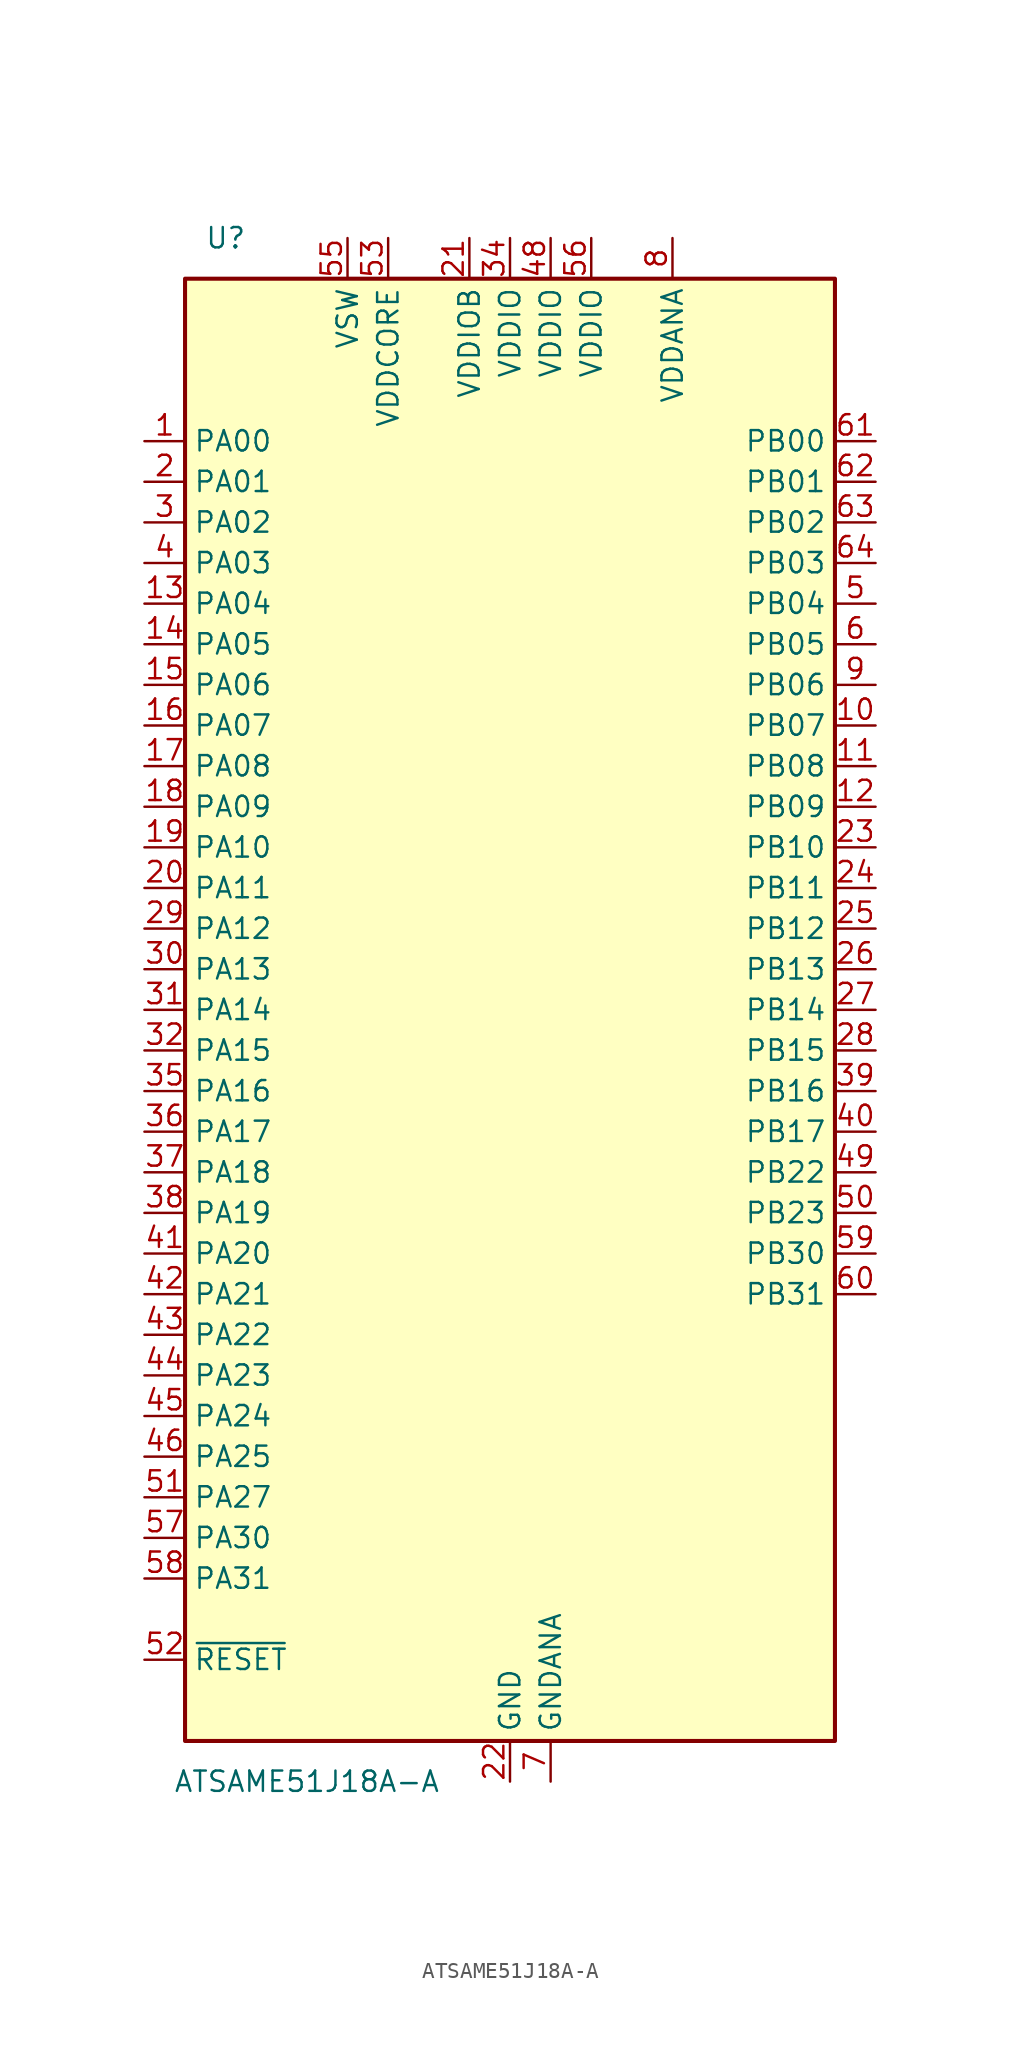
<source format=kicad_sym>
(kicad_symbol_lib
  (version 20241209)
  (generator "kicad_symbol_editor")
  (generator_version "9.0")
  (symbol "ATSAME51J18A-A"
    (property "Reference" "U"
      (at -17.78 48.26 0)
      (effects (font (size 1.27 1.27))))
    (property "Value" "ATSAME51J18A-A"
      (at -12.7 -48.26 0)
      (effects (font (size 1.27 1.27))))
    (symbol "ATSAME51J18A-A_0_1"
      (rectangle (start -20.32 45.72) (end 20.32 -45.72) (stroke (width 0.254) (type default)) (fill (type background))))
    (symbol "ATSAME51J18A-A_1_0"
      (pin bidirectional line (at 22.86 27.94 180) (length 2.54) (name "PB03" (effects (font (size 1.27 1.27)))) (number "64" (effects (font (size 1.27 1.27))))))
    (symbol "ATSAME51J18A-A_1_1"
      (pin bidirectional line (at -22.86 35.56 0) (length 2.54) (name "PA00" (effects (font (size 1.27 1.27)))) (number "1" (effects (font (size 1.27 1.27)))))
      (pin bidirectional line (at -22.86 33.02 0) (length 2.54) (name "PA01" (effects (font (size 1.27 1.27)))) (number "2" (effects (font (size 1.27 1.27)))))
      (pin bidirectional line (at -22.86 30.48 0) (length 2.54) (name "PA02" (effects (font (size 1.27 1.27)))) (number "3" (effects (font (size 1.27 1.27)))))
      (pin bidirectional line (at -22.86 27.94 0) (length 2.54) (name "PA03" (effects (font (size 1.27 1.27)))) (number "4" (effects (font (size 1.27 1.27)))))
      (pin bidirectional line (at -22.86 25.4 0) (length 2.54) (name "PA04" (effects (font (size 1.27 1.27)))) (number "13" (effects (font (size 1.27 1.27)))))
      (pin bidirectional line (at -22.86 22.86 0) (length 2.54) (name "PA05" (effects (font (size 1.27 1.27)))) (number "14" (effects (font (size 1.27 1.27)))))
      (pin bidirectional line (at -22.86 20.32 0) (length 2.54) (name "PA06" (effects (font (size 1.27 1.27)))) (number "15" (effects (font (size 1.27 1.27)))))
      (pin bidirectional line (at -22.86 17.78 0) (length 2.54) (name "PA07" (effects (font (size 1.27 1.27)))) (number "16" (effects (font (size 1.27 1.27)))))
      (pin bidirectional line (at -22.86 15.24 0) (length 2.54) (name "PA08" (effects (font (size 1.27 1.27)))) (number "17" (effects (font (size 1.27 1.27)))))
      (pin bidirectional line (at -22.86 12.7 0) (length 2.54) (name "PA09" (effects (font (size 1.27 1.27)))) (number "18" (effects (font (size 1.27 1.27)))))
      (pin bidirectional line (at -22.86 10.16 0) (length 2.54) (name "PA10" (effects (font (size 1.27 1.27)))) (number "19" (effects (font (size 1.27 1.27)))))
      (pin bidirectional line (at -22.86 7.62 0) (length 2.54) (name "PA11" (effects (font (size 1.27 1.27)))) (number "20" (effects (font (size 1.27 1.27)))))
      (pin bidirectional line (at -22.86 5.08 0) (length 2.54) (name "PA12" (effects (font (size 1.27 1.27)))) (number "29" (effects (font (size 1.27 1.27)))))
      (pin bidirectional line (at -22.86 2.54 0) (length 2.54) (name "PA13" (effects (font (size 1.27 1.27)))) (number "30" (effects (font (size 1.27 1.27)))))
      (pin bidirectional line (at -22.86 0 0) (length 2.54) (name "PA14" (effects (font (size 1.27 1.27)))) (number "31" (effects (font (size 1.27 1.27)))))
      (pin bidirectional line (at -22.86 -2.54 0) (length 2.54) (name "PA15" (effects (font (size 1.27 1.27)))) (number "32" (effects (font (size 1.27 1.27)))))
      (pin bidirectional line (at -22.86 -5.08 0) (length 2.54) (name "PA16" (effects (font (size 1.27 1.27)))) (number "35" (effects (font (size 1.27 1.27)))))
      (pin bidirectional line (at -22.86 -7.62 0) (length 2.54) (name "PA17" (effects (font (size 1.27 1.27)))) (number "36" (effects (font (size 1.27 1.27)))))
      (pin bidirectional line (at -22.86 -10.16 0) (length 2.54) (name "PA18" (effects (font (size 1.27 1.27)))) (number "37" (effects (font (size 1.27 1.27)))))
      (pin bidirectional line (at -22.86 -12.7 0) (length 2.54) (name "PA19" (effects (font (size 1.27 1.27)))) (number "38" (effects (font (size 1.27 1.27)))))
      (pin bidirectional line (at -22.86 -15.24 0) (length 2.54) (name "PA20" (effects (font (size 1.27 1.27)))) (number "41" (effects (font (size 1.27 1.27)))))
      (pin bidirectional line (at -22.86 -17.78 0) (length 2.54) (name "PA21" (effects (font (size 1.27 1.27)))) (number "42" (effects (font (size 1.27 1.27)))))
      (pin bidirectional line (at -22.86 -20.32 0) (length 2.54) (name "PA22" (effects (font (size 1.27 1.27)))) (number "43" (effects (font (size 1.27 1.27)))))
      (pin bidirectional line (at -22.86 -22.86 0) (length 2.54) (name "PA23" (effects (font (size 1.27 1.27)))) (number "44" (effects (font (size 1.27 1.27)))))
      (pin bidirectional line (at -22.86 -25.4 0) (length 2.54) (name "PA24" (effects (font (size 1.27 1.27)))) (number "45" (effects (font (size 1.27 1.27)))))
      (pin bidirectional line (at -22.86 -27.94 0) (length 2.54) (name "PA25" (effects (font (size 1.27 1.27)))) (number "46" (effects (font (size 1.27 1.27)))))
      (pin bidirectional line (at -22.86 -30.48 0) (length 2.54) (name "PA27" (effects (font (size 1.27 1.27)))) (number "51" (effects (font (size 1.27 1.27)))))
      (pin bidirectional line (at -22.86 -33.02 0) (length 2.54) (name "PA30" (effects (font (size 1.27 1.27)))) (number "57" (effects (font (size 1.27 1.27)))))
      (pin bidirectional line (at -22.86 -35.56 0) (length 2.54) (name "PA31" (effects (font (size 1.27 1.27)))) (number "58" (effects (font (size 1.27 1.27)))))
      (pin input line (at -22.86 -40.64 0) (length 2.54) (name "~{RESET}" (effects (font (size 1.27 1.27)))) (number "52" (effects (font (size 1.27 1.27)))))
      (pin power_in line (at -10.16 48.26 270) (length 2.54) (name "VSW" (effects (font (size 1.27 1.27)))) (number "55" (effects (font (size 1.27 1.27)))))
      (pin power_out line (at -7.62 48.26 270) (length 2.54) (name "VDDCORE" (effects (font (size 1.27 1.27)))) (number "53" (effects (font (size 1.27 1.27)))))
      (pin power_in line (at -2.54 48.26 270) (length 2.54) (name "VDDIOB" (effects (font (size 1.27 1.27)))) (number "21" (effects (font (size 1.27 1.27)))))
      (pin power_in line (at 0 48.26 270) (length 2.54) (name "VDDIO" (effects (font (size 1.27 1.27)))) (number "34" (effects (font (size 1.27 1.27)))))
      (pin power_in line (at 0 -48.26 90) (length 2.54) (name "GND" (effects (font (size 1.27 1.27)))) (number "22" (effects (font (size 1.27 1.27)))))
      (pin passive line (at 0 -48.26 90) (length 2.54) (hide yes) (name "GND" (effects (font (size 1.27 1.27)))) (number "33" (effects (font (size 1.27 1.27)))))
      (pin passive line (at 0 -48.26 90) (length 2.54) (hide yes) (name "GND" (effects (font (size 1.27 1.27)))) (number "47" (effects (font (size 1.27 1.27)))))
      (pin passive line (at 0 -48.26 90) (length 2.54) (hide yes) (name "GND" (effects (font (size 1.27 1.27)))) (number "54" (effects (font (size 1.27 1.27)))))
      (pin power_in line (at 2.54 48.26 270) (length 2.54) (name "VDDIO" (effects (font (size 1.27 1.27)))) (number "48" (effects (font (size 1.27 1.27)))))
      (pin power_in line (at 2.54 -48.26 90) (length 2.54) (name "GNDANA" (effects (font (size 1.27 1.27)))) (number "7" (effects (font (size 1.27 1.27)))))
      (pin power_in line (at 5.08 48.26 270) (length 2.54) (name "VDDIO" (effects (font (size 1.27 1.27)))) (number "56" (effects (font (size 1.27 1.27)))))
      (pin power_in line (at 10.16 48.26 270) (length 2.54) (name "VDDANA" (effects (font (size 1.27 1.27)))) (number "8" (effects (font (size 1.27 1.27)))))
      (pin bidirectional line (at 22.86 35.56 180) (length 2.54) (name "PB00" (effects (font (size 1.27 1.27)))) (number "61" (effects (font (size 1.27 1.27)))))
      (pin bidirectional line (at 22.86 33.02 180) (length 2.54) (name "PB01" (effects (font (size 1.27 1.27)))) (number "62" (effects (font (size 1.27 1.27)))))
      (pin bidirectional line (at 22.86 30.48 180) (length 2.54) (name "PB02" (effects (font (size 1.27 1.27)))) (number "63" (effects (font (size 1.27 1.27)))))
      (pin bidirectional line (at 22.86 25.4 180) (length 2.54) (name "PB04" (effects (font (size 1.27 1.27)))) (number "5" (effects (font (size 1.27 1.27)))))
      (pin bidirectional line (at 22.86 22.86 180) (length 2.54) (name "PB05" (effects (font (size 1.27 1.27)))) (number "6" (effects (font (size 1.27 1.27)))))
      (pin bidirectional line (at 22.86 20.32 180) (length 2.54) (name "PB06" (effects (font (size 1.27 1.27)))) (number "9" (effects (font (size 1.27 1.27)))))
      (pin bidirectional line (at 22.86 17.78 180) (length 2.54) (name "PB07" (effects (font (size 1.27 1.27)))) (number "10" (effects (font (size 1.27 1.27)))))
      (pin bidirectional line (at 22.86 15.24 180) (length 2.54) (name "PB08" (effects (font (size 1.27 1.27)))) (number "11" (effects (font (size 1.27 1.27)))))
      (pin bidirectional line (at 22.86 12.7 180) (length 2.54) (name "PB09" (effects (font (size 1.27 1.27)))) (number "12" (effects (font (size 1.27 1.27)))))
      (pin bidirectional line (at 22.86 10.16 180) (length 2.54) (name "PB10" (effects (font (size 1.27 1.27)))) (number "23" (effects (font (size 1.27 1.27)))))
      (pin bidirectional line (at 22.86 7.62 180) (length 2.54) (name "PB11" (effects (font (size 1.27 1.27)))) (number "24" (effects (font (size 1.27 1.27)))))
      (pin bidirectional line (at 22.86 5.08 180) (length 2.54) (name "PB12" (effects (font (size 1.27 1.27)))) (number "25" (effects (font (size 1.27 1.27)))))
      (pin bidirectional line (at 22.86 2.54 180) (length 2.54) (name "PB13" (effects (font (size 1.27 1.27)))) (number "26" (effects (font (size 1.27 1.27)))))
      (pin bidirectional line (at 22.86 0 180) (length 2.54) (name "PB14" (effects (font (size 1.27 1.27)))) (number "27" (effects (font (size 1.27 1.27)))))
      (pin bidirectional line (at 22.86 -2.54 180) (length 2.54) (name "PB15" (effects (font (size 1.27 1.27)))) (number "28" (effects (font (size 1.27 1.27)))))
      (pin bidirectional line (at 22.86 -5.08 180) (length 2.54) (name "PB16" (effects (font (size 1.27 1.27)))) (number "39" (effects (font (size 1.27 1.27)))))
      (pin bidirectional line (at 22.86 -7.62 180) (length 2.54) (name "PB17" (effects (font (size 1.27 1.27)))) (number "40" (effects (font (size 1.27 1.27)))))
      (pin bidirectional line (at 22.86 -10.16 180) (length 2.54) (name "PB22" (effects (font (size 1.27 1.27)))) (number "49" (effects (font (size 1.27 1.27)))))
      (pin bidirectional line (at 22.86 -12.7 180) (length 2.54) (name "PB23" (effects (font (size 1.27 1.27)))) (number "50" (effects (font (size 1.27 1.27)))))
      (pin bidirectional line (at 22.86 -15.24 180) (length 2.54) (name "PB30" (effects (font (size 1.27 1.27)))) (number "59" (effects (font (size 1.27 1.27)))))
      (pin bidirectional line (at 22.86 -17.78 180) (length 2.54) (name "PB31" (effects (font (size 1.27 1.27)))) (number "60" (effects (font (size 1.27 1.27))))))))
</source>
